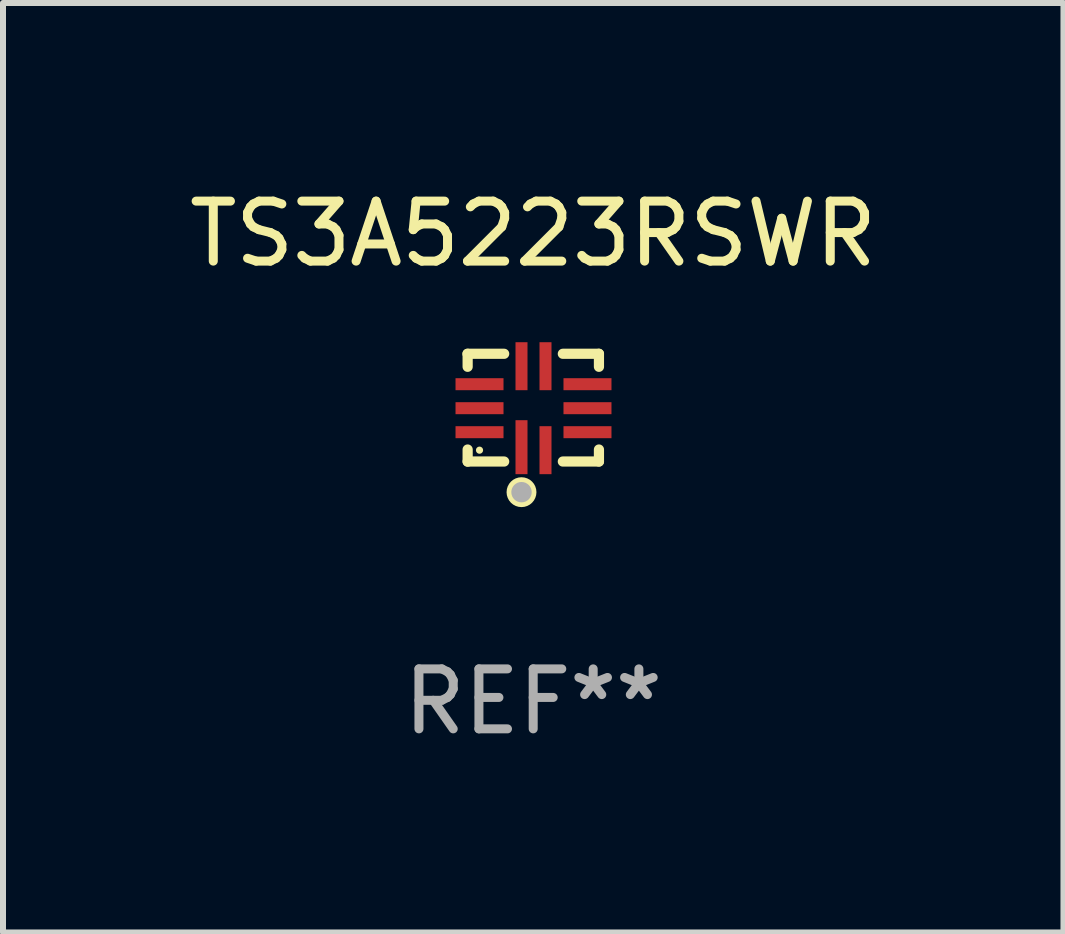
<source format=kicad_pcb>
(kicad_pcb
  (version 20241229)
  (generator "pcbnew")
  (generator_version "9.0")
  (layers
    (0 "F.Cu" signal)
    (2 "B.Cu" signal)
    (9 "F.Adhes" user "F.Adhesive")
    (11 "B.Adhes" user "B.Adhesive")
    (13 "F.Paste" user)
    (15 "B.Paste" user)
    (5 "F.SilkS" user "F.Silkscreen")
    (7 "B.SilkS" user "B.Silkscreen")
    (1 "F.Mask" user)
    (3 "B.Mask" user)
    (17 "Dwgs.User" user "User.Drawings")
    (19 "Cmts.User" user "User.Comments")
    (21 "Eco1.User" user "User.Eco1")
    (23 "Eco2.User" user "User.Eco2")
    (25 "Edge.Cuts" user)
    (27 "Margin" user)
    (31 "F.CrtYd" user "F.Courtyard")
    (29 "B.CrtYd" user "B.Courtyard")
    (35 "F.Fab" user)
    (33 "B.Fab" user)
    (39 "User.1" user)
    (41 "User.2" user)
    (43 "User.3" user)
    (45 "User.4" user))
  (footprint "TS3A5223RSWR"
    (layer "F.Cu")
    (at 5.839 3.747)
    (property "Reference" "TS3A5223RSWR" (at 0 -2.899 0) (layer "F.SilkS") (effects (font (size 1 1) (thickness 0.15))))
    (attr through_hole)
    (fp_line (start -1.096 -0.899) (end -0.484 -0.899) (stroke (width 0.17) (type solid)) (layer "F.SilkS"))
    (fp_line (start -1.093 -0.682) (end -1.093 -0.899) (stroke (width 0.17) (type solid)) (layer "F.SilkS"))
    (fp_line (start -1.093 0.899) (end -1.093 0.697) (stroke (width 0.17) (type solid)) (layer "F.SilkS"))
    (fp_line (start -0.484 0.897) (end -1.093 0.897) (stroke (width 0.17) (type solid)) (layer "F.SilkS"))
    (fp_line (start 0.494 -0.899) (end 1.096 -0.899) (stroke (width 0.17) (type solid)) (layer "F.SilkS"))
    (fp_line (start 1.096 -0.899) (end 1.096 -0.682) (stroke (width 0.17) (type solid)) (layer "F.SilkS"))
    (fp_line (start 1.096 0.697) (end 1.096 0.897) (stroke (width 0.17) (type solid)) (layer "F.SilkS"))
    (fp_line (start 1.096 0.897) (end 0.494 0.897) (stroke (width 0.17) (type solid)) (layer "F.SilkS"))
    (fp_circle (center -0.895 0.708) (end -0.865 0.708) (stroke (width 0.06) (type solid)) (fill no) (layer "F.SilkS"))
    (fp_circle (center -0.195 1.408) (end -0.116 1.408) (stroke (width 0.17) (type solid)) (fill no) (layer "F.SilkS"))
    (fp_circle (center -0.195 1.408) (end -0.11 1.408) (stroke (width 0.17) (type solid)) (fill no) (layer "F.Fab"))
    (fp_text user "REF**" (at 0 4.899 0) (layer "F.Fab") (effects (font (size 1 1) (thickness 0.15))))
    (pad "1" smd rect (at -0.195 0.658 180) (size 0.2 0.9) (layers "F.Cu" "F.Mask" "F.Paste"))
    (pad "2" smd rect (at 0.205 0.708 180) (size 0.2 0.8) (layers "F.Cu" "F.Mask" "F.Paste"))
    (pad "3" smd rect (at 0.905 0.408 90) (size 0.2 0.8) (layers "F.Cu" "F.Mask" "F.Paste"))
    (pad "4" smd rect (at 0.905 0.008 90) (size 0.2 0.8) (layers "F.Cu" "F.Mask" "F.Paste"))
    (pad "5" smd rect (at 0.905 -0.392 90) (size 0.2 0.8) (layers "F.Cu" "F.Mask" "F.Paste"))
    (pad "6" smd rect (at 0.205 -0.692 180) (size 0.2 0.8) (layers "F.Cu" "F.Mask" "F.Paste"))
    (pad "7" smd rect (at -0.195 -0.692 180) (size 0.2 0.8) (layers "F.Cu" "F.Mask" "F.Paste"))
    (pad "8" smd rect (at -0.895 -0.392 90) (size 0.2 0.8) (layers "F.Cu" "F.Mask" "F.Paste"))
    (pad "9" smd rect (at -0.895 0.008 90) (size 0.2 0.8) (layers "F.Cu" "F.Mask" "F.Paste"))
    (pad "10" smd rect (at -0.895 0.408 90) (size 0.2 0.8) (layers "F.Cu" "F.Mask" "F.Paste")))
  (gr_rect
    (start -3 -3)
    (end 14.679 12.495)
    (stroke (width 0.1) (type default))
    (fill no)
    (layer "Edge.Cuts")))
</source>
